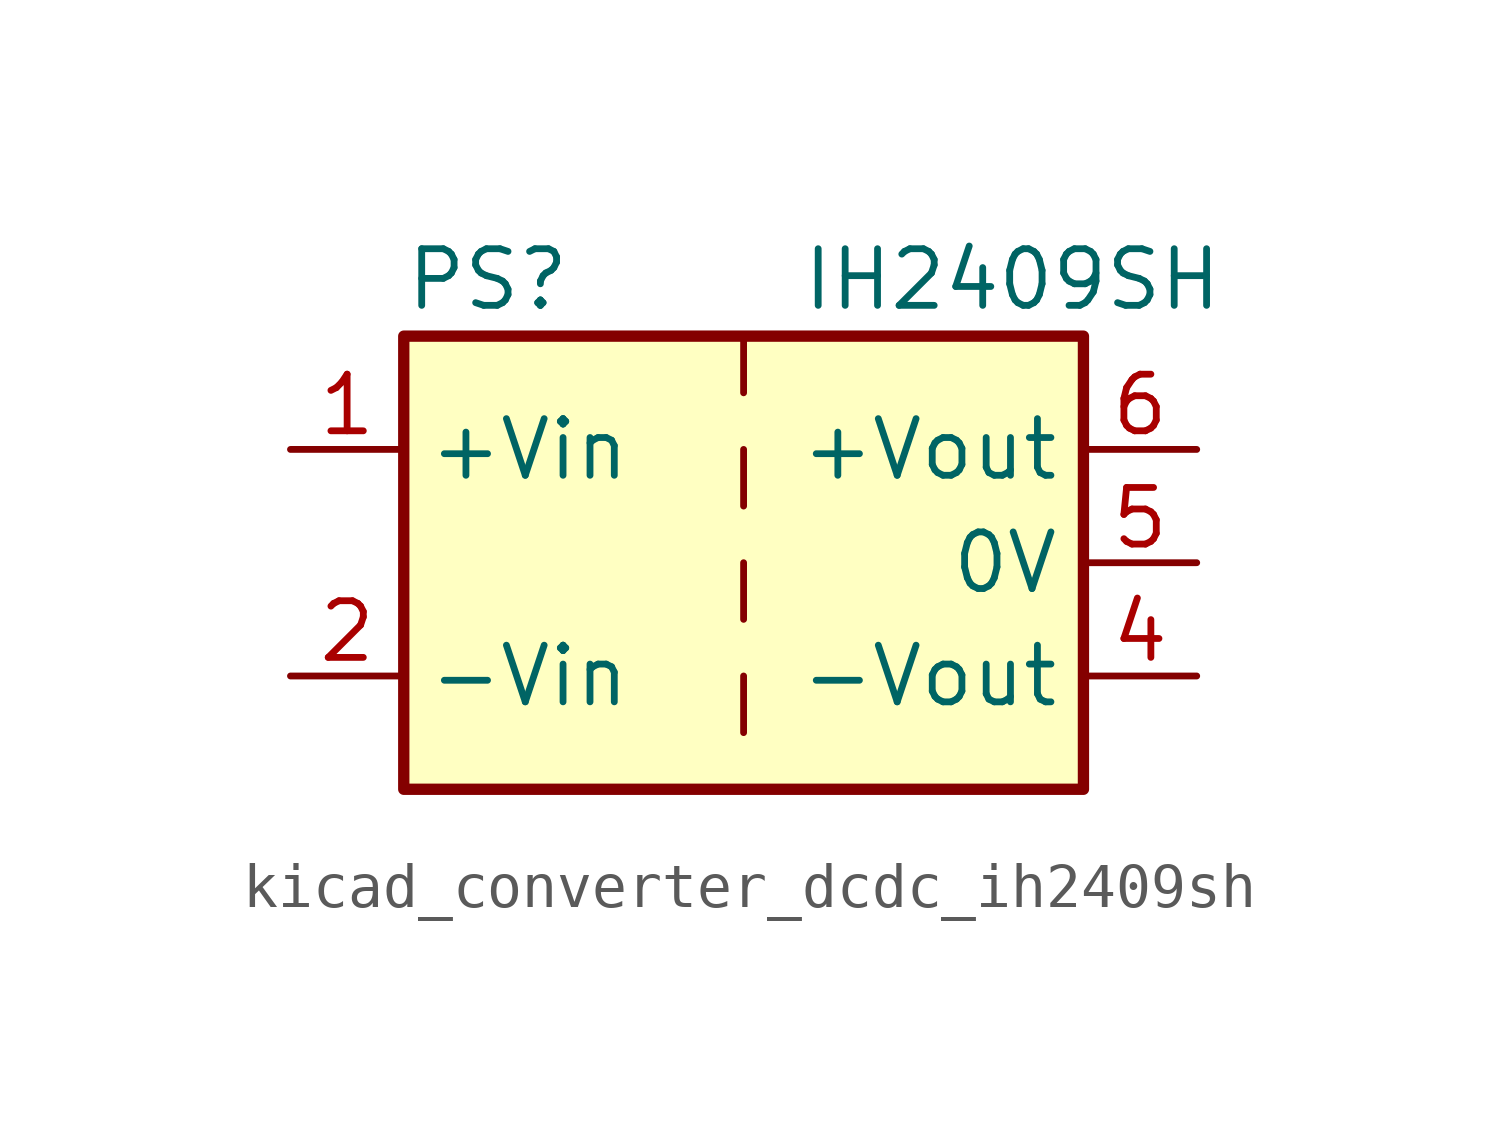
<source format=kicad_sym>
(kicad_symbol_lib
  (version 20220914)
  (generator kicad_symbol_editor)
  (symbol "kicad_converter_dcdc_ih2409sh"
    (property "Reference" "PS"
      (at -7.62 6.35 0)
      (effects (font (size 1.27 1.27)) (justify left)))
    (property "Value" "IH2409SH"
      (at 1.27 6.35 0)
      (effects (font (size 1.27 1.27)) (justify left)))
    (symbol "kicad_converter_dcdc_ih2409sh_0_0"
      (pin power_in line (at -10.16 2.54 0) (length 2.54) (name "+Vin" (effects (font (size 1.27 1.27)))) (number "1" (effects (font (size 1.27 1.27)))))
      (pin power_in line (at -10.16 -2.54 0) (length 2.54) (name "-Vin" (effects (font (size 1.27 1.27)))) (number "2" (effects (font (size 1.27 1.27)))))
      (pin power_out line (at 10.16 -2.54 180) (length 2.54) (name "-Vout" (effects (font (size 1.27 1.27)))) (number "4" (effects (font (size 1.27 1.27)))))
      (pin power_out line (at 10.16 0 180) (length 2.54) (name "0V" (effects (font (size 1.27 1.27)))) (number "5" (effects (font (size 1.27 1.27)))))
      (pin power_out line (at 10.16 2.54 180) (length 2.54) (name "+Vout" (effects (font (size 1.27 1.27)))) (number "6" (effects (font (size 1.27 1.27))))))
    (symbol "kicad_converter_dcdc_ih2409sh_0_1"
      (rectangle (start -7.62 5.08) (end 7.62 -5.08) (stroke (width 0.254) (type default)) (fill (type background)))
      (polyline (pts (xy 0 -2.54) (xy 0 -3.81)) (stroke (width 0) (type default)) (fill (type none)))
      (polyline (pts (xy 0 0) (xy 0 -1.27)) (stroke (width 0) (type default)) (fill (type none)))
      (polyline (pts (xy 0 2.54) (xy 0 1.27)) (stroke (width 0) (type default)) (fill (type none)))
      (polyline (pts (xy 0 5.08) (xy 0 3.81)) (stroke (width 0) (type default)) (fill (type none))))))
</source>
